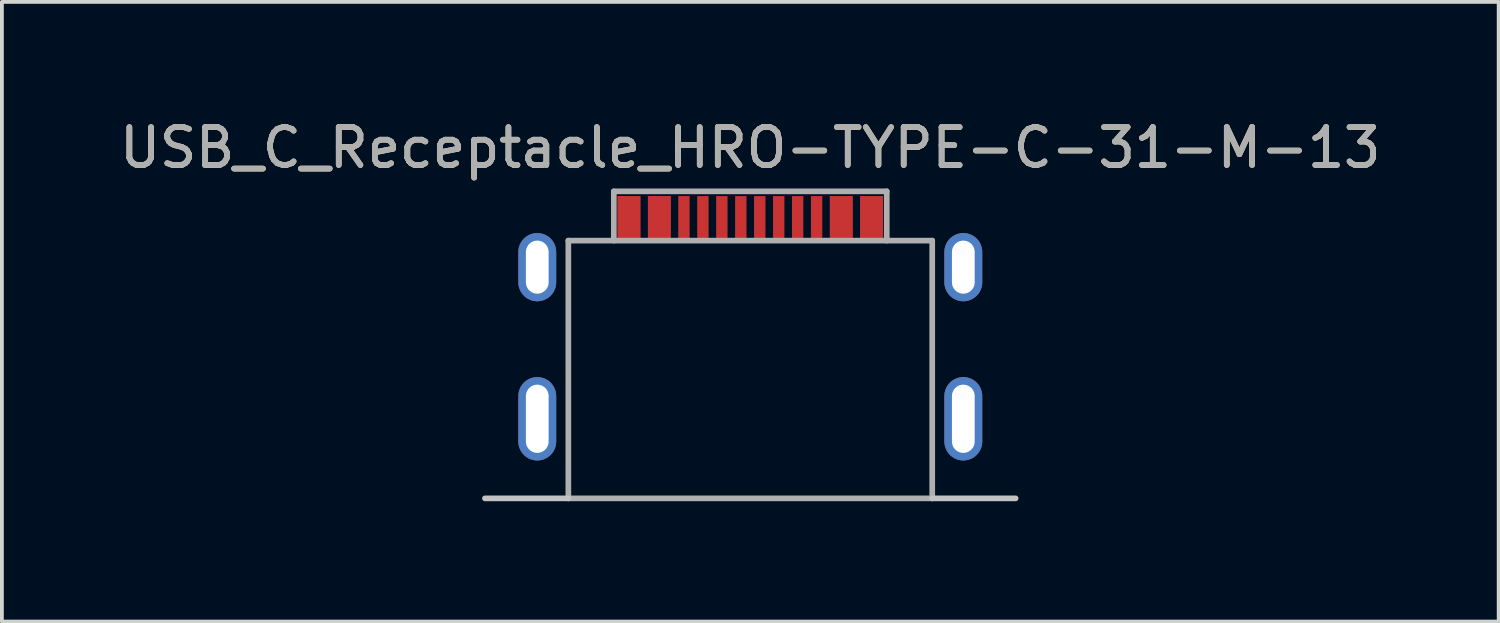
<source format=kicad_pcb>
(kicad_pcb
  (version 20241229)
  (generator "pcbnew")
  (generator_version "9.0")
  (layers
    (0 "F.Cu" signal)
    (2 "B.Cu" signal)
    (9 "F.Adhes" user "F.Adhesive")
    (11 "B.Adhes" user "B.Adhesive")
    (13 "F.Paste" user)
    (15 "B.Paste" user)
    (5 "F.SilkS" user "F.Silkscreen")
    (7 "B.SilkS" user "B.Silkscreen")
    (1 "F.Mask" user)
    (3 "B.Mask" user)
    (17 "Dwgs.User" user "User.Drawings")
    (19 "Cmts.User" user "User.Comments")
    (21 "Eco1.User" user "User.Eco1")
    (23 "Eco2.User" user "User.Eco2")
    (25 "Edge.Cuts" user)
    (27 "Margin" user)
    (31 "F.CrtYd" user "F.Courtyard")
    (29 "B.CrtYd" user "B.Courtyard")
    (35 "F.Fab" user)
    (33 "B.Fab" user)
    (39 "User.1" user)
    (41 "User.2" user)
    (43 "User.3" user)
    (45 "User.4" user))
  (footprint "USB_C_Receptacle_HRO-TYPE-C-31-M-13"
    (layer "F.Cu")
    (at 16.744 10.098)
    (property "Reference" "USB_C_Receptacle_HRO-TYPE-C-31-M-13" (at 0 -9.25 0) (layer "F.SilkS") (effects (font (size 1 1) (thickness 0.15))))
    (attr smd)
    (fp_line (start -4.8 0) (end -7 0) (stroke (width 0.15) (type solid)) (layer "Dwgs.User"))
    (fp_line (start 7 0) (end 4.8 0) (stroke (width 0.15) (type solid)) (layer "Dwgs.User"))
    (fp_line (start -4.8 -6.8) (end -4.8 0) (stroke (width 0.15) (type solid)) (layer "F.Fab"))
    (fp_line (start -3.6 -8.1) (end 3.6 -8.1) (stroke (width 0.15) (type solid)) (layer "F.Fab"))
    (fp_line (start -3.6 -6.8) (end -3.6 -8.1) (stroke (width 0.15) (type solid)) (layer "F.Fab"))
    (fp_line (start 3.6 -8.1) (end 3.6 -6.8) (stroke (width 0.15) (type solid)) (layer "F.Fab"))
    (fp_line (start 4.8 -6.8) (end -4.8 -6.8) (stroke (width 0.15) (type solid)) (layer "F.Fab"))
    (fp_line (start 4.8 -6.8) (end 4.8 0) (stroke (width 0.15) (type solid)) (layer "F.Fab"))
    (fp_line (start 4.8 0) (end -4.8 0) (stroke (width 0.15) (type solid)) (layer "F.Fab"))
    (fp_text user "${REFERENCE}" (at 0 -9.25 0) (layer "F.Fab") (effects (font (size 1 1) (thickness 0.15))))
    (pad "A1" smd rect (at -3.2 -7.4) (size 0.6 1.15) (layers "F.Cu" "F.Mask" "F.Paste"))
    (pad "A4" smd rect (at -2.4 -7.4) (size 0.6 1.15) (layers "F.Cu" "F.Mask" "F.Paste"))
    (pad "A5" smd rect (at -1.25 -7.4) (size 0.3 1.15) (layers "F.Cu" "F.Mask" "F.Paste"))
    (pad "A6" smd rect (at -0.25 -7.4) (size 0.3 1.15) (layers "F.Cu" "F.Mask" "F.Paste"))
    (pad "A7" smd rect (at 0.25 -7.4) (size 0.3 1.15) (layers "F.Cu" "F.Mask" "F.Paste"))
    (pad "A8" smd rect (at 1.25 -7.4) (size 0.3 1.15) (layers "F.Cu" "F.Mask" "F.Paste"))
    (pad "A9" smd rect (at 2.4 -7.4) (size 0.6 1.15) (layers "F.Cu" "F.Mask" "F.Paste"))
    (pad "A12" smd rect (at 3.2 -7.4) (size 0.6 1.15) (layers "F.Cu" "F.Mask" "F.Paste"))
    (pad "B1" smd rect (at 3.2 -7.4) (size 0.6 1.15) (layers "F.Cu" "F.Mask" "F.Paste"))
    (pad "B4" smd rect (at 2.4 -7.4) (size 0.6 1.15) (layers "F.Cu" "F.Mask" "F.Paste"))
    (pad "B5" smd rect (at 1.75 -7.4) (size 0.3 1.15) (layers "F.Cu" "F.Mask" "F.Paste"))
    (pad "B6" smd rect (at 0.75 -7.4) (size 0.3 1.15) (layers "F.Cu" "F.Mask" "F.Paste"))
    (pad "B7" smd rect (at -0.75 -7.4) (size 0.3 1.15) (layers "F.Cu" "F.Mask" "F.Paste"))
    (pad "B8" smd rect (at -1.75 -7.4) (size 0.3 1.15) (layers "F.Cu" "F.Mask" "F.Paste"))
    (pad "B9" smd rect (at -2.4 -7.4) (size 0.6 1.15) (layers "F.Cu" "F.Mask" "F.Paste"))
    (pad "B12" smd rect (at -3.2 -7.4) (size 0.6 1.15) (layers "F.Cu" "F.Mask" "F.Paste"))
    (pad "S1" thru_hole oval (at -5.62 -6.1) (size 1 1.8) (drill oval 0.6 1.4) (layers "*.Cu" "*.Mask"))
    (pad "S2" thru_hole oval (at 5.62 -6.1) (size 1 1.8) (drill oval 0.6 1.4) (layers "*.Cu" "*.Mask"))
    (pad "S3" thru_hole oval (at 5.62 -2.1) (size 1 2.2) (drill oval 0.6 1.8) (layers "*.Cu" "*.Mask"))
    (pad "S4" thru_hole oval (at -5.62 -2.1) (size 1 2.2) (drill oval 0.6 1.8) (layers "*.Cu" "*.Mask")))
  (gr_rect
    (start -3 -3)
    (end 36.488 13.348)
    (stroke (width 0.1) (type default))
    (fill no)
    (layer "Edge.Cuts")))
</source>
